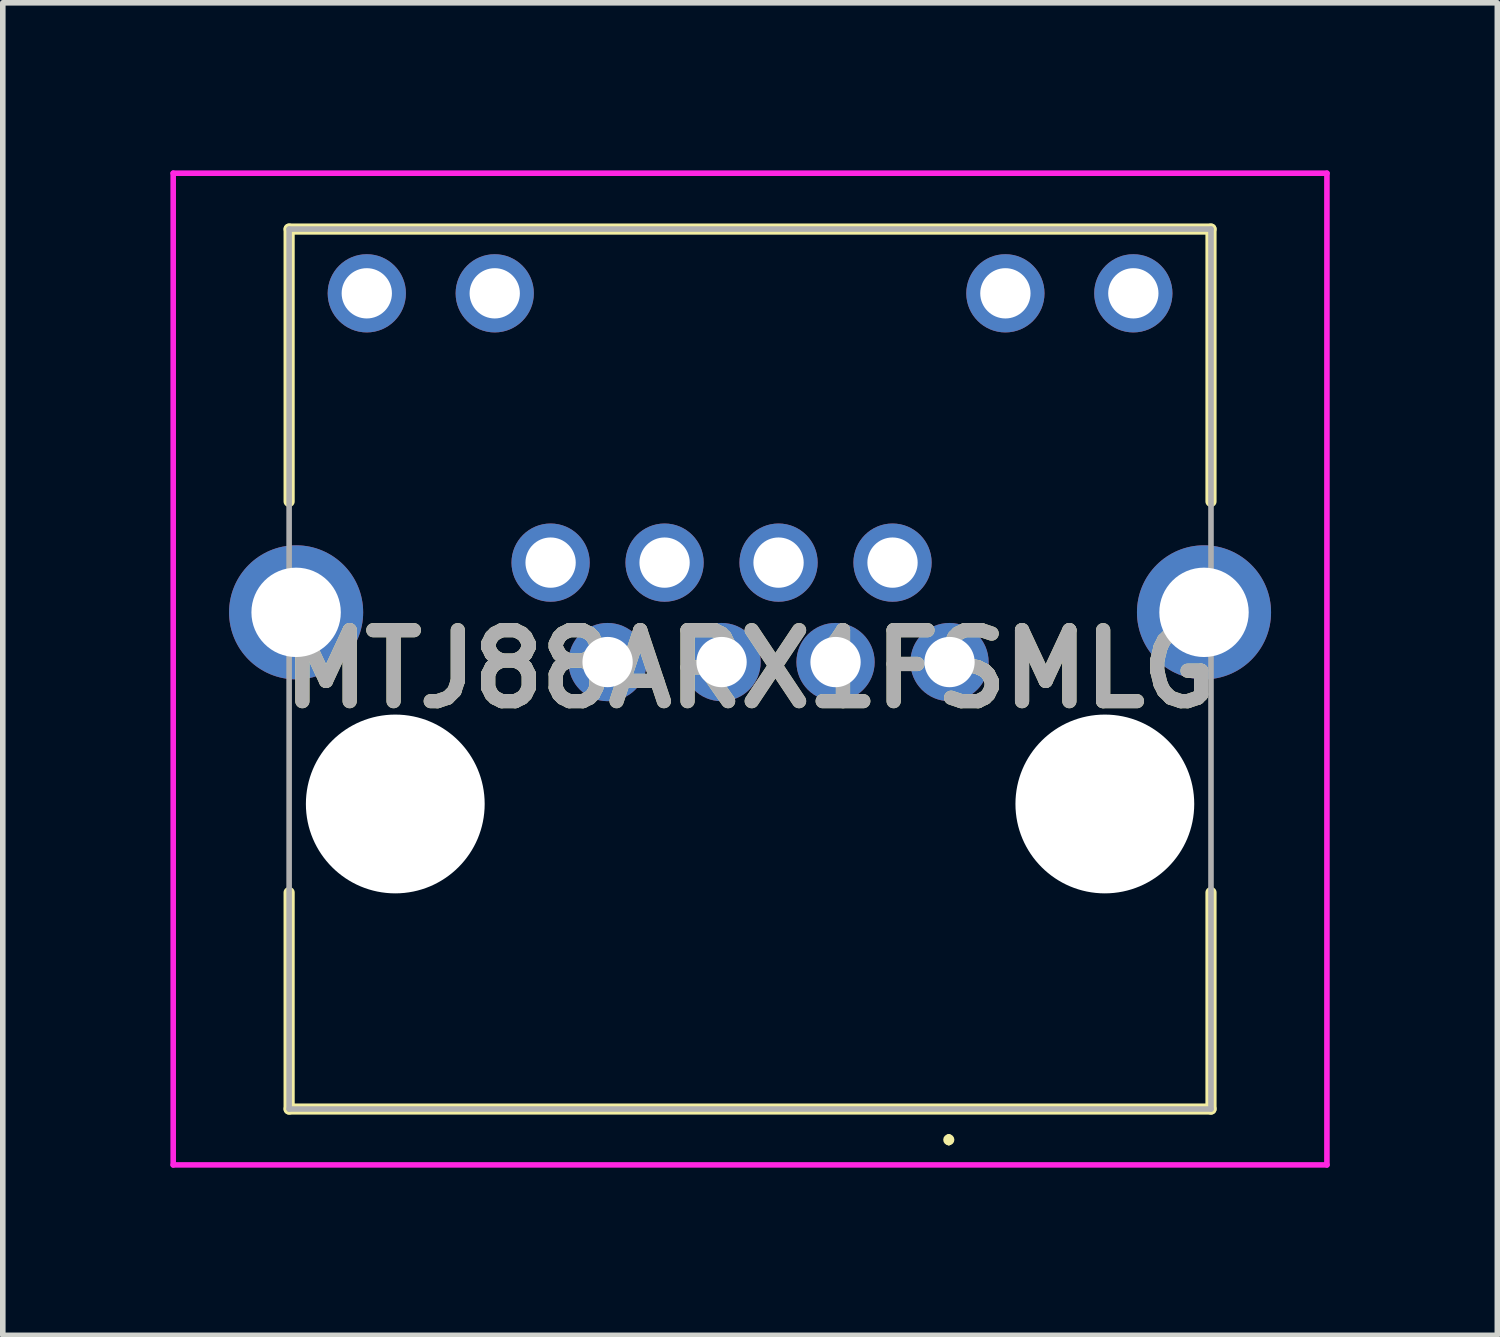
<source format=kicad_pcb>
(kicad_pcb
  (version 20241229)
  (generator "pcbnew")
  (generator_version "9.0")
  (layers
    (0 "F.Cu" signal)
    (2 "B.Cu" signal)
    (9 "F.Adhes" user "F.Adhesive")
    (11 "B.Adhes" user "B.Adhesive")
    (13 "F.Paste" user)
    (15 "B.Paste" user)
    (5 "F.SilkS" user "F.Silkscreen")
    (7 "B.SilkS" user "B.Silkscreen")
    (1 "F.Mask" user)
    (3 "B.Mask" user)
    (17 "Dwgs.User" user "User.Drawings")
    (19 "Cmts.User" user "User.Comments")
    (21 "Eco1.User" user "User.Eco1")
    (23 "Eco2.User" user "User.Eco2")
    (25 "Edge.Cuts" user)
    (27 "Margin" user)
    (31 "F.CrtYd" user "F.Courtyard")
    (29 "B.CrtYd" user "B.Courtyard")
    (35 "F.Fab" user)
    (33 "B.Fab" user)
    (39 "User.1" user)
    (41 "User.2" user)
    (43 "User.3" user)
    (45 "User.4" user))
  (footprint "MTJ88ARX1FSMLG"
    (layer "F.Cu")
    (at 13.945 8.8)
    (property "Reference" "MTJ88ARX1FSMLG" (at -3.57 0.125 0) (layer "F.SilkS") (effects (font (size 1.27 1.27) (thickness 0.254))))
    (attr through_hole)
    (fp_line (start -11.82 -7.75) (end 4.68 -7.75) (stroke (width 0.2) (type solid)) (layer "F.SilkS"))
    (fp_line (start -11.82 -2.875) (end -11.82 -7.75) (stroke (width 0.2) (type solid)) (layer "F.SilkS"))
    (fp_line (start -11.82 4.125) (end -11.82 8) (stroke (width 0.2) (type solid)) (layer "F.SilkS"))
    (fp_line (start -11.82 8) (end 4.68 8) (stroke (width 0.2) (type solid)) (layer "F.SilkS"))
    (fp_line (start -0.013 8.5) (end -0.013 8.5) (stroke (width 0.1) (type solid)) (layer "F.SilkS"))
    (fp_line (start -0.013 8.6) (end -0.013 8.6) (stroke (width 0.1) (type solid)) (layer "F.SilkS"))
    (fp_line (start 4.68 -7.75) (end 4.68 -2.875) (stroke (width 0.2) (type solid)) (layer "F.SilkS"))
    (fp_line (start 4.68 8) (end 4.68 4.125) (stroke (width 0.2) (type solid)) (layer "F.SilkS"))
    (fp_arc (start -0.013 8.5) (mid 0.037 8.55) (end -0.013 8.6) (stroke (width 0.1) (type solid)) (layer "F.SilkS"))
    (fp_arc (start -0.013 8.6) (mid -0.063 8.55) (end -0.013 8.5) (stroke (width 0.1) (type solid)) (layer "F.SilkS"))
    (fp_line (start -13.895 -8.75) (end 6.755 -8.75) (stroke (width 0.1) (type solid)) (layer "F.CrtYd"))
    (fp_line (start -13.895 9) (end -13.895 -8.75) (stroke (width 0.1) (type solid)) (layer "F.CrtYd"))
    (fp_line (start 6.755 -8.75) (end 6.755 9) (stroke (width 0.1) (type solid)) (layer "F.CrtYd"))
    (fp_line (start 6.755 9) (end -13.895 9) (stroke (width 0.1) (type solid)) (layer "F.CrtYd"))
    (fp_line (start -11.82 -7.75) (end 4.68 -7.75) (stroke (width 0.1) (type solid)) (layer "F.Fab"))
    (fp_line (start -11.82 8) (end -11.82 -7.75) (stroke (width 0.1) (type solid)) (layer "F.Fab"))
    (fp_line (start 4.68 -7.75) (end 4.68 8) (stroke (width 0.1) (type solid)) (layer "F.Fab"))
    (fp_line (start 4.68 8) (end -11.82 8) (stroke (width 0.1) (type solid)) (layer "F.Fab"))
    (fp_text user "${REFERENCE}" (at -3.57 0.125 0) (layer "F.Fab") (effects (font (size 1.27 1.27) (thickness 0.254))))
    (pad "" np_thru_hole circle (at -9.92 2.54) (size 3.2 3.2) (drill 3.2) (layers "*.Cu" "*.Mask"))
    (pad "" np_thru_hole circle (at 2.78 2.54) (size 3.2 3.2) (drill 3.2) (layers "*.Cu" "*.Mask"))
    (pad "1" thru_hole circle (at 0 0) (size 1.4 1.4) (drill 0.9) (layers "*.Cu" "*.Mask"))
    (pad "2" thru_hole circle (at -1.02 -1.78) (size 1.4 1.4) (drill 0.9) (layers "*.Cu" "*.Mask"))
    (pad "3" thru_hole circle (at -2.04 0) (size 1.4 1.4) (drill 0.9) (layers "*.Cu" "*.Mask"))
    (pad "4" thru_hole circle (at -3.06 -1.78) (size 1.4 1.4) (drill 0.9) (layers "*.Cu" "*.Mask"))
    (pad "5" thru_hole circle (at -4.08 0) (size 1.4 1.4) (drill 0.9) (layers "*.Cu" "*.Mask"))
    (pad "6" thru_hole circle (at -5.1 -1.78) (size 1.4 1.4) (drill 0.9) (layers "*.Cu" "*.Mask"))
    (pad "7" thru_hole circle (at -6.12 0) (size 1.4 1.4) (drill 0.9) (layers "*.Cu" "*.Mask"))
    (pad "8" thru_hole circle (at -7.14 -1.78) (size 1.4 1.4) (drill 0.9) (layers "*.Cu" "*.Mask"))
    (pad "9" thru_hole circle (at 3.29 -6.6) (size 1.4 1.4) (drill 0.9) (layers "*.Cu" "*.Mask"))
    (pad "10" thru_hole circle (at 1 -6.6) (size 1.4 1.4) (drill 0.9) (layers "*.Cu" "*.Mask"))
    (pad "11" thru_hole circle (at -8.14 -6.6) (size 1.4 1.4) (drill 0.9) (layers "*.Cu" "*.Mask"))
    (pad "12" thru_hole circle (at -10.43 -6.6) (size 1.4 1.4) (drill 0.9) (layers "*.Cu" "*.Mask"))
    (pad "MH1" thru_hole circle (at 4.555 -0.89) (size 2.4 2.4) (drill 1.6) (layers "*.Cu" "*.Mask"))
    (pad "MH2" thru_hole circle (at -11.695 -0.89) (size 2.4 2.4) (drill 1.6) (layers "*.Cu" "*.Mask")))
  (gr_rect
    (start -3 -3)
    (end 23.75 20.85)
    (stroke (width 0.1) (type default))
    (fill no)
    (layer "Edge.Cuts")))
</source>
